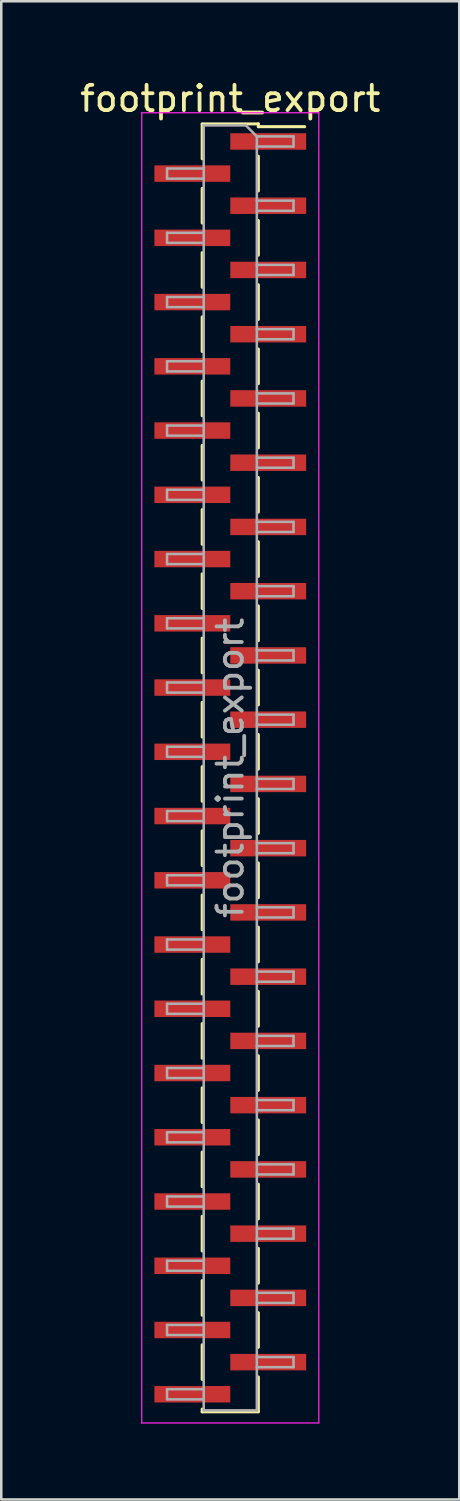
<source format=kicad_pcb>
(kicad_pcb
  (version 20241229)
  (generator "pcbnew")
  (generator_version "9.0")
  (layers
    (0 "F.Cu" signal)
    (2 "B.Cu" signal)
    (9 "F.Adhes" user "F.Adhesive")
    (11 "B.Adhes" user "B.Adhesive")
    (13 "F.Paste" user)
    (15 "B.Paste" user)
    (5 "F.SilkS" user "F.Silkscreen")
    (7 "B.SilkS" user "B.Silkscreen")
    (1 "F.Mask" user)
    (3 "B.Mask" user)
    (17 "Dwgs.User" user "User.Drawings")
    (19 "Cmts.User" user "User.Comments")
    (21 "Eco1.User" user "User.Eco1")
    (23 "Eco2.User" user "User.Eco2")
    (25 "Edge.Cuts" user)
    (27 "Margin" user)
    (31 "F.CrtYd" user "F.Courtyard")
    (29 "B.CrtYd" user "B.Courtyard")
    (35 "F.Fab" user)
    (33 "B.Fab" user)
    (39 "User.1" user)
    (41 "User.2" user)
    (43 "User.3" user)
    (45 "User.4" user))
  (footprint "footprint_export"
    (layer "F.Cu")
    (at 6.054 27.308)
    (property "Reference" "footprint_export" (at 0 -26.46 0) (layer "F.SilkS") (effects (font (size 1 1) (thickness 0.15))))
    (attr smd)
    (fp_line (start -1.11 -25.46) (end 1.11 -25.46) (stroke (width 0.12) (type solid)) (layer "F.SilkS"))
    (fp_line (start -1.11 -25.45) (end -1.11 -24.08) (stroke (width 0.12) (type solid)) (layer "F.SilkS"))
    (fp_line (start -1.11 -22.91) (end -1.11 -21.54) (stroke (width 0.12) (type solid)) (layer "F.SilkS"))
    (fp_line (start -1.11 -20.37) (end -1.11 -19) (stroke (width 0.12) (type solid)) (layer "F.SilkS"))
    (fp_line (start -1.11 -17.83) (end -1.11 -16.46) (stroke (width 0.12) (type solid)) (layer "F.SilkS"))
    (fp_line (start -1.11 -15.29) (end -1.11 -13.92) (stroke (width 0.12) (type solid)) (layer "F.SilkS"))
    (fp_line (start -1.11 -12.75) (end -1.11 -11.38) (stroke (width 0.12) (type solid)) (layer "F.SilkS"))
    (fp_line (start -1.11 -10.21) (end -1.11 -8.84) (stroke (width 0.12) (type solid)) (layer "F.SilkS"))
    (fp_line (start -1.11 -7.67) (end -1.11 -6.3) (stroke (width 0.12) (type solid)) (layer "F.SilkS"))
    (fp_line (start -1.11 -5.13) (end -1.11 -3.76) (stroke (width 0.12) (type solid)) (layer "F.SilkS"))
    (fp_line (start -1.11 -2.59) (end -1.11 -1.22) (stroke (width 0.12) (type solid)) (layer "F.SilkS"))
    (fp_line (start -1.11 -0.05) (end -1.11 1.32) (stroke (width 0.12) (type solid)) (layer "F.SilkS"))
    (fp_line (start -1.11 2.49) (end -1.11 3.86) (stroke (width 0.12) (type solid)) (layer "F.SilkS"))
    (fp_line (start -1.11 5.03) (end -1.11 6.4) (stroke (width 0.12) (type solid)) (layer "F.SilkS"))
    (fp_line (start -1.11 7.57) (end -1.11 8.94) (stroke (width 0.12) (type solid)) (layer "F.SilkS"))
    (fp_line (start -1.11 10.11) (end -1.11 11.48) (stroke (width 0.12) (type solid)) (layer "F.SilkS"))
    (fp_line (start -1.11 12.65) (end -1.11 14.02) (stroke (width 0.12) (type solid)) (layer "F.SilkS"))
    (fp_line (start -1.11 15.19) (end -1.11 16.56) (stroke (width 0.12) (type solid)) (layer "F.SilkS"))
    (fp_line (start -1.11 17.73) (end -1.11 19.1) (stroke (width 0.12) (type solid)) (layer "F.SilkS"))
    (fp_line (start -1.11 20.27) (end -1.11 21.64) (stroke (width 0.12) (type solid)) (layer "F.SilkS"))
    (fp_line (start -1.11 22.81) (end -1.11 24.18) (stroke (width 0.12) (type solid)) (layer "F.SilkS"))
    (fp_line (start -1.11 25.35) (end -1.11 25.46) (stroke (width 0.12) (type solid)) (layer "F.SilkS"))
    (fp_line (start -1.11 25.46) (end 1.11 25.46) (stroke (width 0.12) (type solid)) (layer "F.SilkS"))
    (fp_line (start 1.11 -25.46) (end 1.11 -25.35) (stroke (width 0.12) (type solid)) (layer "F.SilkS"))
    (fp_line (start 1.11 -25.35) (end 2.94 -25.35) (stroke (width 0.12) (type solid)) (layer "F.SilkS"))
    (fp_line (start 1.11 -24.18) (end 1.11 -22.81) (stroke (width 0.12) (type solid)) (layer "F.SilkS"))
    (fp_line (start 1.11 -21.64) (end 1.11 -20.27) (stroke (width 0.12) (type solid)) (layer "F.SilkS"))
    (fp_line (start 1.11 -19.1) (end 1.11 -17.73) (stroke (width 0.12) (type solid)) (layer "F.SilkS"))
    (fp_line (start 1.11 -16.56) (end 1.11 -15.19) (stroke (width 0.12) (type solid)) (layer "F.SilkS"))
    (fp_line (start 1.11 -14.02) (end 1.11 -12.65) (stroke (width 0.12) (type solid)) (layer "F.SilkS"))
    (fp_line (start 1.11 -11.48) (end 1.11 -10.11) (stroke (width 0.12) (type solid)) (layer "F.SilkS"))
    (fp_line (start 1.11 -8.94) (end 1.11 -7.57) (stroke (width 0.12) (type solid)) (layer "F.SilkS"))
    (fp_line (start 1.11 -6.4) (end 1.11 -5.03) (stroke (width 0.12) (type solid)) (layer "F.SilkS"))
    (fp_line (start 1.11 -3.86) (end 1.11 -2.49) (stroke (width 0.12) (type solid)) (layer "F.SilkS"))
    (fp_line (start 1.11 -1.32) (end 1.11 0.05) (stroke (width 0.12) (type solid)) (layer "F.SilkS"))
    (fp_line (start 1.11 1.22) (end 1.11 2.59) (stroke (width 0.12) (type solid)) (layer "F.SilkS"))
    (fp_line (start 1.11 3.76) (end 1.11 5.13) (stroke (width 0.12) (type solid)) (layer "F.SilkS"))
    (fp_line (start 1.11 6.3) (end 1.11 7.67) (stroke (width 0.12) (type solid)) (layer "F.SilkS"))
    (fp_line (start 1.11 8.84) (end 1.11 10.21) (stroke (width 0.12) (type solid)) (layer "F.SilkS"))
    (fp_line (start 1.11 11.38) (end 1.11 12.75) (stroke (width 0.12) (type solid)) (layer "F.SilkS"))
    (fp_line (start 1.11 13.92) (end 1.11 15.29) (stroke (width 0.12) (type solid)) (layer "F.SilkS"))
    (fp_line (start 1.11 16.46) (end 1.11 17.83) (stroke (width 0.12) (type solid)) (layer "F.SilkS"))
    (fp_line (start 1.11 19) (end 1.11 20.37) (stroke (width 0.12) (type solid)) (layer "F.SilkS"))
    (fp_line (start 1.11 21.54) (end 1.11 22.91) (stroke (width 0.12) (type solid)) (layer "F.SilkS"))
    (fp_line (start 1.11 24.08) (end 1.11 25.45) (stroke (width 0.12) (type solid)) (layer "F.SilkS"))
    (fp_line (start -3.5 -25.9) (end -3.5 25.9) (stroke (width 0.05) (type solid)) (layer "F.CrtYd"))
    (fp_line (start -3.5 25.9) (end 3.5 25.9) (stroke (width 0.05) (type solid)) (layer "F.CrtYd"))
    (fp_line (start 3.5 -25.9) (end -3.5 -25.9) (stroke (width 0.05) (type solid)) (layer "F.CrtYd"))
    (fp_line (start 3.5 25.9) (end 3.5 -25.9) (stroke (width 0.05) (type solid)) (layer "F.CrtYd"))
    (fp_line (start -2.5 -23.695) (end -2.5 -23.295) (stroke (width 0.1) (type solid)) (layer "F.Fab"))
    (fp_line (start -2.5 -23.295) (end -1.05 -23.295) (stroke (width 0.1) (type solid)) (layer "F.Fab"))
    (fp_line (start -2.5 -21.155) (end -2.5 -20.755) (stroke (width 0.1) (type solid)) (layer "F.Fab"))
    (fp_line (start -2.5 -20.755) (end -1.05 -20.755) (stroke (width 0.1) (type solid)) (layer "F.Fab"))
    (fp_line (start -2.5 -18.615) (end -2.5 -18.215) (stroke (width 0.1) (type solid)) (layer "F.Fab"))
    (fp_line (start -2.5 -18.215) (end -1.05 -18.215) (stroke (width 0.1) (type solid)) (layer "F.Fab"))
    (fp_line (start -2.5 -16.075) (end -2.5 -15.675) (stroke (width 0.1) (type solid)) (layer "F.Fab"))
    (fp_line (start -2.5 -15.675) (end -1.05 -15.675) (stroke (width 0.1) (type solid)) (layer "F.Fab"))
    (fp_line (start -2.5 -13.535) (end -2.5 -13.135) (stroke (width 0.1) (type solid)) (layer "F.Fab"))
    (fp_line (start -2.5 -13.135) (end -1.05 -13.135) (stroke (width 0.1) (type solid)) (layer "F.Fab"))
    (fp_line (start -2.5 -10.995) (end -2.5 -10.595) (stroke (width 0.1) (type solid)) (layer "F.Fab"))
    (fp_line (start -2.5 -10.595) (end -1.05 -10.595) (stroke (width 0.1) (type solid)) (layer "F.Fab"))
    (fp_line (start -2.5 -8.455) (end -2.5 -8.055) (stroke (width 0.1) (type solid)) (layer "F.Fab"))
    (fp_line (start -2.5 -8.055) (end -1.05 -8.055) (stroke (width 0.1) (type solid)) (layer "F.Fab"))
    (fp_line (start -2.5 -5.915) (end -2.5 -5.515) (stroke (width 0.1) (type solid)) (layer "F.Fab"))
    (fp_line (start -2.5 -5.515) (end -1.05 -5.515) (stroke (width 0.1) (type solid)) (layer "F.Fab"))
    (fp_line (start -2.5 -3.375) (end -2.5 -2.975) (stroke (width 0.1) (type solid)) (layer "F.Fab"))
    (fp_line (start -2.5 -2.975) (end -1.05 -2.975) (stroke (width 0.1) (type solid)) (layer "F.Fab"))
    (fp_line (start -2.5 -0.835) (end -2.5 -0.435) (stroke (width 0.1) (type solid)) (layer "F.Fab"))
    (fp_line (start -2.5 -0.435) (end -1.05 -0.435) (stroke (width 0.1) (type solid)) (layer "F.Fab"))
    (fp_line (start -2.5 1.705) (end -2.5 2.105) (stroke (width 0.1) (type solid)) (layer "F.Fab"))
    (fp_line (start -2.5 2.105) (end -1.05 2.105) (stroke (width 0.1) (type solid)) (layer "F.Fab"))
    (fp_line (start -2.5 4.245) (end -2.5 4.645) (stroke (width 0.1) (type solid)) (layer "F.Fab"))
    (fp_line (start -2.5 4.645) (end -1.05 4.645) (stroke (width 0.1) (type solid)) (layer "F.Fab"))
    (fp_line (start -2.5 6.785) (end -2.5 7.185) (stroke (width 0.1) (type solid)) (layer "F.Fab"))
    (fp_line (start -2.5 7.185) (end -1.05 7.185) (stroke (width 0.1) (type solid)) (layer "F.Fab"))
    (fp_line (start -2.5 9.325) (end -2.5 9.725) (stroke (width 0.1) (type solid)) (layer "F.Fab"))
    (fp_line (start -2.5 9.725) (end -1.05 9.725) (stroke (width 0.1) (type solid)) (layer "F.Fab"))
    (fp_line (start -2.5 11.865) (end -2.5 12.265) (stroke (width 0.1) (type solid)) (layer "F.Fab"))
    (fp_line (start -2.5 12.265) (end -1.05 12.265) (stroke (width 0.1) (type solid)) (layer "F.Fab"))
    (fp_line (start -2.5 14.405) (end -2.5 14.805) (stroke (width 0.1) (type solid)) (layer "F.Fab"))
    (fp_line (start -2.5 14.805) (end -1.05 14.805) (stroke (width 0.1) (type solid)) (layer "F.Fab"))
    (fp_line (start -2.5 16.945) (end -2.5 17.345) (stroke (width 0.1) (type solid)) (layer "F.Fab"))
    (fp_line (start -2.5 17.345) (end -1.05 17.345) (stroke (width 0.1) (type solid)) (layer "F.Fab"))
    (fp_line (start -2.5 19.485) (end -2.5 19.885) (stroke (width 0.1) (type solid)) (layer "F.Fab"))
    (fp_line (start -2.5 19.885) (end -1.05 19.885) (stroke (width 0.1) (type solid)) (layer "F.Fab"))
    (fp_line (start -2.5 22.025) (end -2.5 22.425) (stroke (width 0.1) (type solid)) (layer "F.Fab"))
    (fp_line (start -2.5 22.425) (end -1.05 22.425) (stroke (width 0.1) (type solid)) (layer "F.Fab"))
    (fp_line (start -2.5 24.565) (end -2.5 24.965) (stroke (width 0.1) (type solid)) (layer "F.Fab"))
    (fp_line (start -2.5 24.965) (end -1.05 24.965) (stroke (width 0.1) (type solid)) (layer "F.Fab"))
    (fp_line (start -1.05 -25.4) (end -1.05 25.4) (stroke (width 0.1) (type solid)) (layer "F.Fab"))
    (fp_line (start -1.05 -25.4) (end 0.615 -25.4) (stroke (width 0.1) (type solid)) (layer "F.Fab"))
    (fp_line (start -1.05 -23.695) (end -2.5 -23.695) (stroke (width 0.1) (type solid)) (layer "F.Fab"))
    (fp_line (start -1.05 -21.155) (end -2.5 -21.155) (stroke (width 0.1) (type solid)) (layer "F.Fab"))
    (fp_line (start -1.05 -18.615) (end -2.5 -18.615) (stroke (width 0.1) (type solid)) (layer "F.Fab"))
    (fp_line (start -1.05 -16.075) (end -2.5 -16.075) (stroke (width 0.1) (type solid)) (layer "F.Fab"))
    (fp_line (start -1.05 -13.535) (end -2.5 -13.535) (stroke (width 0.1) (type solid)) (layer "F.Fab"))
    (fp_line (start -1.05 -10.995) (end -2.5 -10.995) (stroke (width 0.1) (type solid)) (layer "F.Fab"))
    (fp_line (start -1.05 -8.455) (end -2.5 -8.455) (stroke (width 0.1) (type solid)) (layer "F.Fab"))
    (fp_line (start -1.05 -5.915) (end -2.5 -5.915) (stroke (width 0.1) (type solid)) (layer "F.Fab"))
    (fp_line (start -1.05 -3.375) (end -2.5 -3.375) (stroke (width 0.1) (type solid)) (layer "F.Fab"))
    (fp_line (start -1.05 -0.835) (end -2.5 -0.835) (stroke (width 0.1) (type solid)) (layer "F.Fab"))
    (fp_line (start -1.05 1.705) (end -2.5 1.705) (stroke (width 0.1) (type solid)) (layer "F.Fab"))
    (fp_line (start -1.05 4.245) (end -2.5 4.245) (stroke (width 0.1) (type solid)) (layer "F.Fab"))
    (fp_line (start -1.05 6.785) (end -2.5 6.785) (stroke (width 0.1) (type solid)) (layer "F.Fab"))
    (fp_line (start -1.05 9.325) (end -2.5 9.325) (stroke (width 0.1) (type solid)) (layer "F.Fab"))
    (fp_line (start -1.05 11.865) (end -2.5 11.865) (stroke (width 0.1) (type solid)) (layer "F.Fab"))
    (fp_line (start -1.05 14.405) (end -2.5 14.405) (stroke (width 0.1) (type solid)) (layer "F.Fab"))
    (fp_line (start -1.05 16.945) (end -2.5 16.945) (stroke (width 0.1) (type solid)) (layer "F.Fab"))
    (fp_line (start -1.05 19.485) (end -2.5 19.485) (stroke (width 0.1) (type solid)) (layer "F.Fab"))
    (fp_line (start -1.05 22.025) (end -2.5 22.025) (stroke (width 0.1) (type solid)) (layer "F.Fab"))
    (fp_line (start -1.05 24.565) (end -2.5 24.565) (stroke (width 0.1) (type solid)) (layer "F.Fab"))
    (fp_line (start 1.05 -24.965) (end 0.615 -25.4) (stroke (width 0.1) (type solid)) (layer "F.Fab"))
    (fp_line (start 1.05 -24.965) (end 2.5 -24.965) (stroke (width 0.1) (type solid)) (layer "F.Fab"))
    (fp_line (start 1.05 -22.425) (end 2.5 -22.425) (stroke (width 0.1) (type solid)) (layer "F.Fab"))
    (fp_line (start 1.05 -19.885) (end 2.5 -19.885) (stroke (width 0.1) (type solid)) (layer "F.Fab"))
    (fp_line (start 1.05 -17.345) (end 2.5 -17.345) (stroke (width 0.1) (type solid)) (layer "F.Fab"))
    (fp_line (start 1.05 -14.805) (end 2.5 -14.805) (stroke (width 0.1) (type solid)) (layer "F.Fab"))
    (fp_line (start 1.05 -12.265) (end 2.5 -12.265) (stroke (width 0.1) (type solid)) (layer "F.Fab"))
    (fp_line (start 1.05 -9.725) (end 2.5 -9.725) (stroke (width 0.1) (type solid)) (layer "F.Fab"))
    (fp_line (start 1.05 -7.185) (end 2.5 -7.185) (stroke (width 0.1) (type solid)) (layer "F.Fab"))
    (fp_line (start 1.05 -4.645) (end 2.5 -4.645) (stroke (width 0.1) (type solid)) (layer "F.Fab"))
    (fp_line (start 1.05 -2.105) (end 2.5 -2.105) (stroke (width 0.1) (type solid)) (layer "F.Fab"))
    (fp_line (start 1.05 0.435) (end 2.5 0.435) (stroke (width 0.1) (type solid)) (layer "F.Fab"))
    (fp_line (start 1.05 2.975) (end 2.5 2.975) (stroke (width 0.1) (type solid)) (layer "F.Fab"))
    (fp_line (start 1.05 5.515) (end 2.5 5.515) (stroke (width 0.1) (type solid)) (layer "F.Fab"))
    (fp_line (start 1.05 8.055) (end 2.5 8.055) (stroke (width 0.1) (type solid)) (layer "F.Fab"))
    (fp_line (start 1.05 10.595) (end 2.5 10.595) (stroke (width 0.1) (type solid)) (layer "F.Fab"))
    (fp_line (start 1.05 13.135) (end 2.5 13.135) (stroke (width 0.1) (type solid)) (layer "F.Fab"))
    (fp_line (start 1.05 15.675) (end 2.5 15.675) (stroke (width 0.1) (type solid)) (layer "F.Fab"))
    (fp_line (start 1.05 18.215) (end 2.5 18.215) (stroke (width 0.1) (type solid)) (layer "F.Fab"))
    (fp_line (start 1.05 20.755) (end 2.5 20.755) (stroke (width 0.1) (type solid)) (layer "F.Fab"))
    (fp_line (start 1.05 23.295) (end 2.5 23.295) (stroke (width 0.1) (type solid)) (layer "F.Fab"))
    (fp_line (start 1.05 25.4) (end -1.05 25.4) (stroke (width 0.1) (type solid)) (layer "F.Fab"))
    (fp_line (start 1.05 25.4) (end 1.05 -24.965) (stroke (width 0.1) (type solid)) (layer "F.Fab"))
    (fp_line (start 2.5 -24.965) (end 2.5 -24.565) (stroke (width 0.1) (type solid)) (layer "F.Fab"))
    (fp_line (start 2.5 -24.565) (end 1.05 -24.565) (stroke (width 0.1) (type solid)) (layer "F.Fab"))
    (fp_line (start 2.5 -22.425) (end 2.5 -22.025) (stroke (width 0.1) (type solid)) (layer "F.Fab"))
    (fp_line (start 2.5 -22.025) (end 1.05 -22.025) (stroke (width 0.1) (type solid)) (layer "F.Fab"))
    (fp_line (start 2.5 -19.885) (end 2.5 -19.485) (stroke (width 0.1) (type solid)) (layer "F.Fab"))
    (fp_line (start 2.5 -19.485) (end 1.05 -19.485) (stroke (width 0.1) (type solid)) (layer "F.Fab"))
    (fp_line (start 2.5 -17.345) (end 2.5 -16.945) (stroke (width 0.1) (type solid)) (layer "F.Fab"))
    (fp_line (start 2.5 -16.945) (end 1.05 -16.945) (stroke (width 0.1) (type solid)) (layer "F.Fab"))
    (fp_line (start 2.5 -14.805) (end 2.5 -14.405) (stroke (width 0.1) (type solid)) (layer "F.Fab"))
    (fp_line (start 2.5 -14.405) (end 1.05 -14.405) (stroke (width 0.1) (type solid)) (layer "F.Fab"))
    (fp_line (start 2.5 -12.265) (end 2.5 -11.865) (stroke (width 0.1) (type solid)) (layer "F.Fab"))
    (fp_line (start 2.5 -11.865) (end 1.05 -11.865) (stroke (width 0.1) (type solid)) (layer "F.Fab"))
    (fp_line (start 2.5 -9.725) (end 2.5 -9.325) (stroke (width 0.1) (type solid)) (layer "F.Fab"))
    (fp_line (start 2.5 -9.325) (end 1.05 -9.325) (stroke (width 0.1) (type solid)) (layer "F.Fab"))
    (fp_line (start 2.5 -7.185) (end 2.5 -6.785) (stroke (width 0.1) (type solid)) (layer "F.Fab"))
    (fp_line (start 2.5 -6.785) (end 1.05 -6.785) (stroke (width 0.1) (type solid)) (layer "F.Fab"))
    (fp_line (start 2.5 -4.645) (end 2.5 -4.245) (stroke (width 0.1) (type solid)) (layer "F.Fab"))
    (fp_line (start 2.5 -4.245) (end 1.05 -4.245) (stroke (width 0.1) (type solid)) (layer "F.Fab"))
    (fp_line (start 2.5 -2.105) (end 2.5 -1.705) (stroke (width 0.1) (type solid)) (layer "F.Fab"))
    (fp_line (start 2.5 -1.705) (end 1.05 -1.705) (stroke (width 0.1) (type solid)) (layer "F.Fab"))
    (fp_line (start 2.5 0.435) (end 2.5 0.835) (stroke (width 0.1) (type solid)) (layer "F.Fab"))
    (fp_line (start 2.5 0.835) (end 1.05 0.835) (stroke (width 0.1) (type solid)) (layer "F.Fab"))
    (fp_line (start 2.5 2.975) (end 2.5 3.375) (stroke (width 0.1) (type solid)) (layer "F.Fab"))
    (fp_line (start 2.5 3.375) (end 1.05 3.375) (stroke (width 0.1) (type solid)) (layer "F.Fab"))
    (fp_line (start 2.5 5.515) (end 2.5 5.915) (stroke (width 0.1) (type solid)) (layer "F.Fab"))
    (fp_line (start 2.5 5.915) (end 1.05 5.915) (stroke (width 0.1) (type solid)) (layer "F.Fab"))
    (fp_line (start 2.5 8.055) (end 2.5 8.455) (stroke (width 0.1) (type solid)) (layer "F.Fab"))
    (fp_line (start 2.5 8.455) (end 1.05 8.455) (stroke (width 0.1) (type solid)) (layer "F.Fab"))
    (fp_line (start 2.5 10.595) (end 2.5 10.995) (stroke (width 0.1) (type solid)) (layer "F.Fab"))
    (fp_line (start 2.5 10.995) (end 1.05 10.995) (stroke (width 0.1) (type solid)) (layer "F.Fab"))
    (fp_line (start 2.5 13.135) (end 2.5 13.535) (stroke (width 0.1) (type solid)) (layer "F.Fab"))
    (fp_line (start 2.5 13.535) (end 1.05 13.535) (stroke (width 0.1) (type solid)) (layer "F.Fab"))
    (fp_line (start 2.5 15.675) (end 2.5 16.075) (stroke (width 0.1) (type solid)) (layer "F.Fab"))
    (fp_line (start 2.5 16.075) (end 1.05 16.075) (stroke (width 0.1) (type solid)) (layer "F.Fab"))
    (fp_line (start 2.5 18.215) (end 2.5 18.615) (stroke (width 0.1) (type solid)) (layer "F.Fab"))
    (fp_line (start 2.5 18.615) (end 1.05 18.615) (stroke (width 0.1) (type solid)) (layer "F.Fab"))
    (fp_line (start 2.5 20.755) (end 2.5 21.155) (stroke (width 0.1) (type solid)) (layer "F.Fab"))
    (fp_line (start 2.5 21.155) (end 1.05 21.155) (stroke (width 0.1) (type solid)) (layer "F.Fab"))
    (fp_line (start 2.5 23.295) (end 2.5 23.695) (stroke (width 0.1) (type solid)) (layer "F.Fab"))
    (fp_line (start 2.5 23.695) (end 1.05 23.695) (stroke (width 0.1) (type solid)) (layer "F.Fab"))
    (fp_text user "${REFERENCE}" (at 0 0 90) (layer "F.Fab") (effects (font (size 1 1) (thickness 0.15))))
    (pad "1" smd rect (at 1.5 -24.765) (size 3 0.65) (layers "F.Cu" "F.Mask" "F.Paste"))
    (pad "2" smd rect (at -1.5 -23.495) (size 3 0.65) (layers "F.Cu" "F.Mask" "F.Paste"))
    (pad "3" smd rect (at 1.5 -22.225) (size 3 0.65) (layers "F.Cu" "F.Mask" "F.Paste"))
    (pad "4" smd rect (at -1.5 -20.955) (size 3 0.65) (layers "F.Cu" "F.Mask" "F.Paste"))
    (pad "5" smd rect (at 1.5 -19.685) (size 3 0.65) (layers "F.Cu" "F.Mask" "F.Paste"))
    (pad "6" smd rect (at -1.5 -18.415) (size 3 0.65) (layers "F.Cu" "F.Mask" "F.Paste"))
    (pad "7" smd rect (at 1.5 -17.145) (size 3 0.65) (layers "F.Cu" "F.Mask" "F.Paste"))
    (pad "8" smd rect (at -1.5 -15.875) (size 3 0.65) (layers "F.Cu" "F.Mask" "F.Paste"))
    (pad "9" smd rect (at 1.5 -14.605) (size 3 0.65) (layers "F.Cu" "F.Mask" "F.Paste"))
    (pad "10" smd rect (at -1.5 -13.335) (size 3 0.65) (layers "F.Cu" "F.Mask" "F.Paste"))
    (pad "11" smd rect (at 1.5 -12.065) (size 3 0.65) (layers "F.Cu" "F.Mask" "F.Paste"))
    (pad "12" smd rect (at -1.5 -10.795) (size 3 0.65) (layers "F.Cu" "F.Mask" "F.Paste"))
    (pad "13" smd rect (at 1.5 -9.525) (size 3 0.65) (layers "F.Cu" "F.Mask" "F.Paste"))
    (pad "14" smd rect (at -1.5 -8.255) (size 3 0.65) (layers "F.Cu" "F.Mask" "F.Paste"))
    (pad "15" smd rect (at 1.5 -6.985) (size 3 0.65) (layers "F.Cu" "F.Mask" "F.Paste"))
    (pad "16" smd rect (at -1.5 -5.715) (size 3 0.65) (layers "F.Cu" "F.Mask" "F.Paste"))
    (pad "17" smd rect (at 1.5 -4.445) (size 3 0.65) (layers "F.Cu" "F.Mask" "F.Paste"))
    (pad "18" smd rect (at -1.5 -3.175) (size 3 0.65) (layers "F.Cu" "F.Mask" "F.Paste"))
    (pad "19" smd rect (at 1.5 -1.905) (size 3 0.65) (layers "F.Cu" "F.Mask" "F.Paste"))
    (pad "20" smd rect (at -1.5 -0.635) (size 3 0.65) (layers "F.Cu" "F.Mask" "F.Paste"))
    (pad "21" smd rect (at 1.5 0.635) (size 3 0.65) (layers "F.Cu" "F.Mask" "F.Paste"))
    (pad "22" smd rect (at -1.5 1.905) (size 3 0.65) (layers "F.Cu" "F.Mask" "F.Paste"))
    (pad "23" smd rect (at 1.5 3.175) (size 3 0.65) (layers "F.Cu" "F.Mask" "F.Paste"))
    (pad "24" smd rect (at -1.5 4.445) (size 3 0.65) (layers "F.Cu" "F.Mask" "F.Paste"))
    (pad "25" smd rect (at 1.5 5.715) (size 3 0.65) (layers "F.Cu" "F.Mask" "F.Paste"))
    (pad "26" smd rect (at -1.5 6.985) (size 3 0.65) (layers "F.Cu" "F.Mask" "F.Paste"))
    (pad "27" smd rect (at 1.5 8.255) (size 3 0.65) (layers "F.Cu" "F.Mask" "F.Paste"))
    (pad "28" smd rect (at -1.5 9.525) (size 3 0.65) (layers "F.Cu" "F.Mask" "F.Paste"))
    (pad "29" smd rect (at 1.5 10.795) (size 3 0.65) (layers "F.Cu" "F.Mask" "F.Paste"))
    (pad "30" smd rect (at -1.5 12.065) (size 3 0.65) (layers "F.Cu" "F.Mask" "F.Paste"))
    (pad "31" smd rect (at 1.5 13.335) (size 3 0.65) (layers "F.Cu" "F.Mask" "F.Paste"))
    (pad "32" smd rect (at -1.5 14.605) (size 3 0.65) (layers "F.Cu" "F.Mask" "F.Paste"))
    (pad "33" smd rect (at 1.5 15.875) (size 3 0.65) (layers "F.Cu" "F.Mask" "F.Paste"))
    (pad "34" smd rect (at -1.5 17.145) (size 3 0.65) (layers "F.Cu" "F.Mask" "F.Paste"))
    (pad "35" smd rect (at 1.5 18.415) (size 3 0.65) (layers "F.Cu" "F.Mask" "F.Paste"))
    (pad "36" smd rect (at -1.5 19.685) (size 3 0.65) (layers "F.Cu" "F.Mask" "F.Paste"))
    (pad "37" smd rect (at 1.5 20.955) (size 3 0.65) (layers "F.Cu" "F.Mask" "F.Paste"))
    (pad "38" smd rect (at -1.5 22.225) (size 3 0.65) (layers "F.Cu" "F.Mask" "F.Paste"))
    (pad "39" smd rect (at 1.5 23.495) (size 3 0.65) (layers "F.Cu" "F.Mask" "F.Paste"))
    (pad "40" smd rect (at -1.5 24.765) (size 3 0.65) (layers "F.Cu" "F.Mask" "F.Paste")))
  (gr_rect
    (start -3 -3)
    (end 15.107 56.233)
    (stroke (width 0.1) (type default))
    (fill no)
    (layer "Edge.Cuts")))
</source>
